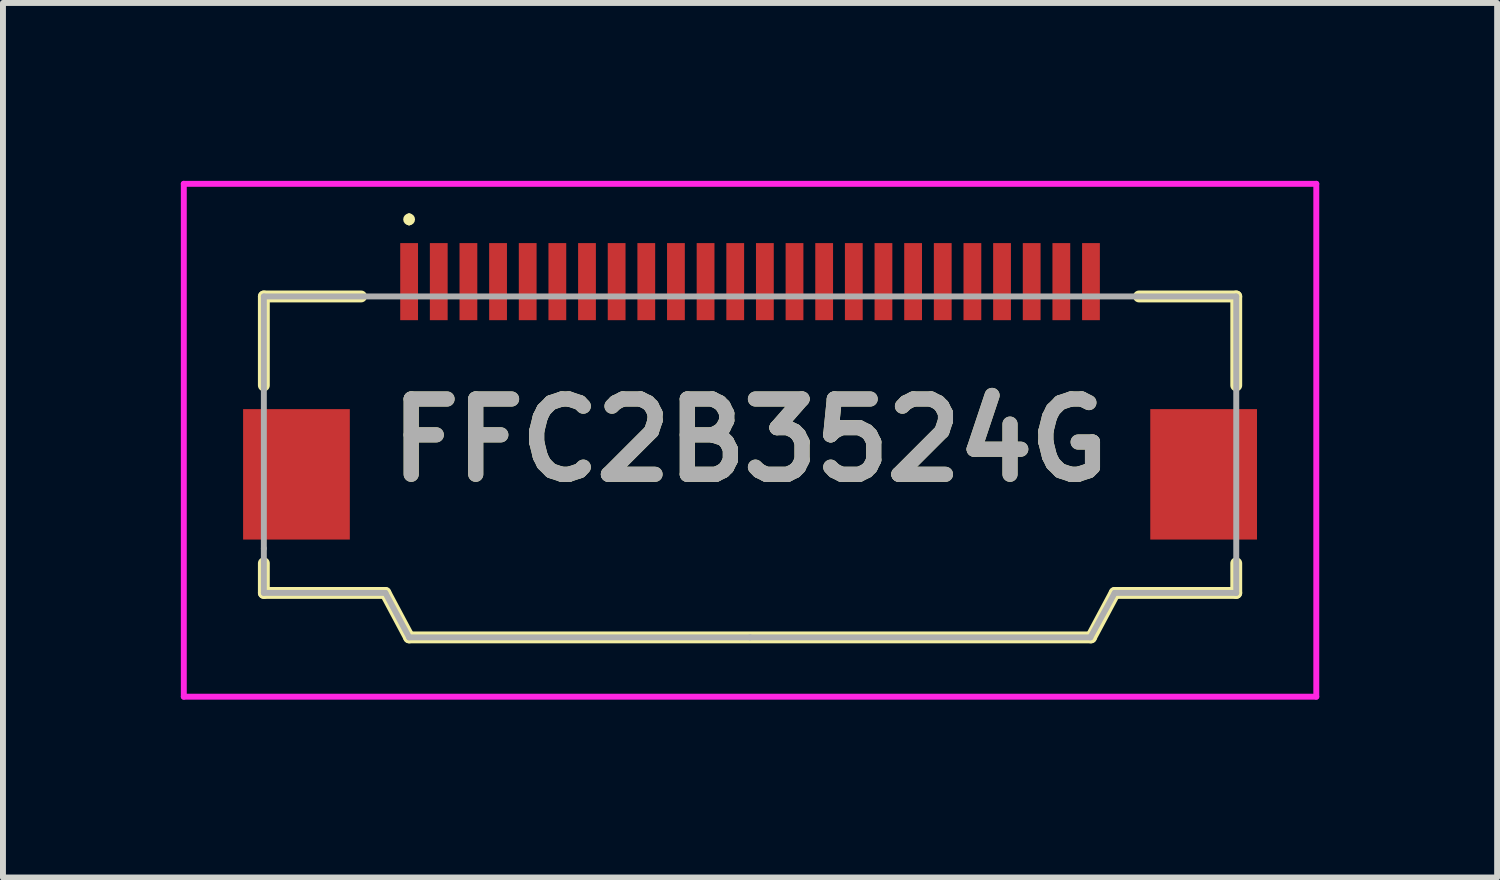
<source format=kicad_pcb>
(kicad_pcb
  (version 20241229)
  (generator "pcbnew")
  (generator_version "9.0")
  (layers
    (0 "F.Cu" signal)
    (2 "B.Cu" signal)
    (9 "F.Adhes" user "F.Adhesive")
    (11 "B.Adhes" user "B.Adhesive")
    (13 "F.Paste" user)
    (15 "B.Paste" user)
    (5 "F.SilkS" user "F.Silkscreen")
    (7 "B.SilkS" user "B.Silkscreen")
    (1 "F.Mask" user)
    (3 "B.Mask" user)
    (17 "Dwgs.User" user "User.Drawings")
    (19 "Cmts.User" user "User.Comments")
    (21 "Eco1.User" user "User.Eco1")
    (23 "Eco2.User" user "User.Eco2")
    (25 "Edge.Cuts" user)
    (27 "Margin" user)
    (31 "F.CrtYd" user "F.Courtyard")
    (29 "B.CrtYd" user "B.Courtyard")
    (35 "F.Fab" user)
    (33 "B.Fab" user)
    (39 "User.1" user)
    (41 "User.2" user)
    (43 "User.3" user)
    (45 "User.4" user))
  (footprint "FFC2B3524G"
    (layer "F.Cu")
    (at 9.6 4.7)
    (property "Reference" "FFC2B3524G" (at 0 -0.325 0) (layer "F.SilkS") (effects (font (size 1.27 1.27) (thickness 0.254))))
    (attr smd)
    (fp_line (start -8.2 -2.75) (end -8.2 -1.25) (stroke (width 0.2) (type solid)) (layer "F.SilkS"))
    (fp_line (start -8.2 1.75) (end -8.2 2.25) (stroke (width 0.2) (type solid)) (layer "F.SilkS"))
    (fp_line (start -8.2 2.25) (end -6.15 2.25) (stroke (width 0.2) (type solid)) (layer "F.SilkS"))
    (fp_line (start -6.56 -2.75) (end -8.2 -2.75) (stroke (width 0.2) (type solid)) (layer "F.SilkS"))
    (fp_line (start -6.15 2.25) (end -5.75 3) (stroke (width 0.2) (type solid)) (layer "F.SilkS"))
    (fp_line (start -5.75 -4.1) (end -5.75 -4.1) (stroke (width 0.1) (type solid)) (layer "F.SilkS"))
    (fp_line (start -5.75 -4) (end -5.75 -4) (stroke (width 0.1) (type solid)) (layer "F.SilkS"))
    (fp_line (start -5.75 3) (end 5.75 3) (stroke (width 0.2) (type solid)) (layer "F.SilkS"))
    (fp_line (start 5.75 3) (end 6.15 2.25) (stroke (width 0.2) (type solid)) (layer "F.SilkS"))
    (fp_line (start 6.15 2.25) (end 8.2 2.25) (stroke (width 0.2) (type solid)) (layer "F.SilkS"))
    (fp_line (start 6.56 -2.75) (end 8.2 -2.75) (stroke (width 0.2) (type solid)) (layer "F.SilkS"))
    (fp_line (start 8.2 -2.75) (end 8.2 -1.25) (stroke (width 0.2) (type solid)) (layer "F.SilkS"))
    (fp_line (start 8.2 2.25) (end 8.2 1.75) (stroke (width 0.2) (type solid)) (layer "F.SilkS"))
    (fp_arc (start -5.75 -4.1) (mid -5.7 -4.05) (end -5.75 -4) (stroke (width 0.1) (type solid)) (layer "F.SilkS"))
    (fp_arc (start -5.75 -4) (mid -5.8 -4.05) (end -5.75 -4.1) (stroke (width 0.1) (type solid)) (layer "F.SilkS"))
    (fp_line (start -9.55 -4.65) (end 9.55 -4.65) (stroke (width 0.1) (type solid)) (layer "F.CrtYd"))
    (fp_line (start -9.55 4) (end -9.55 -4.65) (stroke (width 0.1) (type solid)) (layer "F.CrtYd"))
    (fp_line (start 9.55 -4.65) (end 9.55 4) (stroke (width 0.1) (type solid)) (layer "F.CrtYd"))
    (fp_line (start 9.55 4) (end -9.55 4) (stroke (width 0.1) (type solid)) (layer "F.CrtYd"))
    (fp_line (start -8.2 -2.75) (end 8.2 -2.75) (stroke (width 0.1) (type solid)) (layer "F.Fab"))
    (fp_line (start -8.2 1.5) (end -8.2 -2.75) (stroke (width 0.1) (type solid)) (layer "F.Fab"))
    (fp_line (start -8.2 2.25) (end -8.2 1.5) (stroke (width 0.1) (type solid)) (layer "F.Fab"))
    (fp_line (start -6.15 2.25) (end -8.2 2.25) (stroke (width 0.1) (type solid)) (layer "F.Fab"))
    (fp_line (start -5.75 3) (end -6.15 2.25) (stroke (width 0.1) (type solid)) (layer "F.Fab"))
    (fp_line (start 0 3) (end -5.75 3) (stroke (width 0.1) (type solid)) (layer "F.Fab"))
    (fp_line (start 0 3) (end 5.74 3) (stroke (width 0.1) (type solid)) (layer "F.Fab"))
    (fp_line (start 5.74 3) (end 6.15 2.25) (stroke (width 0.1) (type solid)) (layer "F.Fab"))
    (fp_line (start 6.15 2.25) (end 8.2 2.25) (stroke (width 0.1) (type solid)) (layer "F.Fab"))
    (fp_line (start 8.2 -2.75) (end 8.2 2.25) (stroke (width 0.1) (type solid)) (layer "F.Fab"))
    (fp_text user "${REFERENCE}" (at 0 -0.325 0) (layer "F.Fab") (effects (font (size 1.27 1.27) (thickness 0.254))))
    (pad "1" smd rect (at -5.75 -3) (size 0.3 1.3) (layers "F.Cu" "F.Mask" "F.Paste"))
    (pad "2" smd rect (at -5.25 -3) (size 0.3 1.3) (layers "F.Cu" "F.Mask" "F.Paste"))
    (pad "3" smd rect (at -4.75 -3) (size 0.3 1.3) (layers "F.Cu" "F.Mask" "F.Paste"))
    (pad "4" smd rect (at -4.25 -3) (size 0.3 1.3) (layers "F.Cu" "F.Mask" "F.Paste"))
    (pad "5" smd rect (at -3.75 -3) (size 0.3 1.3) (layers "F.Cu" "F.Mask" "F.Paste"))
    (pad "6" smd rect (at -3.25 -3) (size 0.3 1.3) (layers "F.Cu" "F.Mask" "F.Paste"))
    (pad "7" smd rect (at -2.75 -3) (size 0.3 1.3) (layers "F.Cu" "F.Mask" "F.Paste"))
    (pad "8" smd rect (at -2.25 -3) (size 0.3 1.3) (layers "F.Cu" "F.Mask" "F.Paste"))
    (pad "9" smd rect (at -1.75 -3) (size 0.3 1.3) (layers "F.Cu" "F.Mask" "F.Paste"))
    (pad "10" smd rect (at -1.25 -3) (size 0.3 1.3) (layers "F.Cu" "F.Mask" "F.Paste"))
    (pad "11" smd rect (at -0.75 -3) (size 0.3 1.3) (layers "F.Cu" "F.Mask" "F.Paste"))
    (pad "12" smd rect (at -0.25 -3) (size 0.3 1.3) (layers "F.Cu" "F.Mask" "F.Paste"))
    (pad "13" smd rect (at 0.25 -3) (size 0.3 1.3) (layers "F.Cu" "F.Mask" "F.Paste"))
    (pad "14" smd rect (at 0.75 -3) (size 0.3 1.3) (layers "F.Cu" "F.Mask" "F.Paste"))
    (pad "15" smd rect (at 1.25 -3) (size 0.3 1.3) (layers "F.Cu" "F.Mask" "F.Paste"))
    (pad "16" smd rect (at 1.75 -3) (size 0.3 1.3) (layers "F.Cu" "F.Mask" "F.Paste"))
    (pad "17" smd rect (at 2.25 -3) (size 0.3 1.3) (layers "F.Cu" "F.Mask" "F.Paste"))
    (pad "18" smd rect (at 2.75 -3) (size 0.3 1.3) (layers "F.Cu" "F.Mask" "F.Paste"))
    (pad "19" smd rect (at 3.25 -3) (size 0.3 1.3) (layers "F.Cu" "F.Mask" "F.Paste"))
    (pad "20" smd rect (at 3.75 -3) (size 0.3 1.3) (layers "F.Cu" "F.Mask" "F.Paste"))
    (pad "21" smd rect (at 4.25 -3) (size 0.3 1.3) (layers "F.Cu" "F.Mask" "F.Paste"))
    (pad "22" smd rect (at 4.75 -3) (size 0.3 1.3) (layers "F.Cu" "F.Mask" "F.Paste"))
    (pad "23" smd rect (at 5.25 -3) (size 0.3 1.3) (layers "F.Cu" "F.Mask" "F.Paste"))
    (pad "24" smd rect (at 5.75 -3) (size 0.3 1.3) (layers "F.Cu" "F.Mask" "F.Paste"))
    (pad "MP1" smd rect (at -7.65 0.25) (size 1.8 2.2) (layers "F.Cu" "F.Mask" "F.Paste"))
    (pad "MP2" smd rect (at 7.65 0.25) (size 1.8 2.2) (layers "F.Cu" "F.Mask" "F.Paste")))
  (gr_rect
    (start -3 -3)
    (end 22.2 11.75)
    (stroke (width 0.1) (type default))
    (fill no)
    (layer "Edge.Cuts")))
</source>
